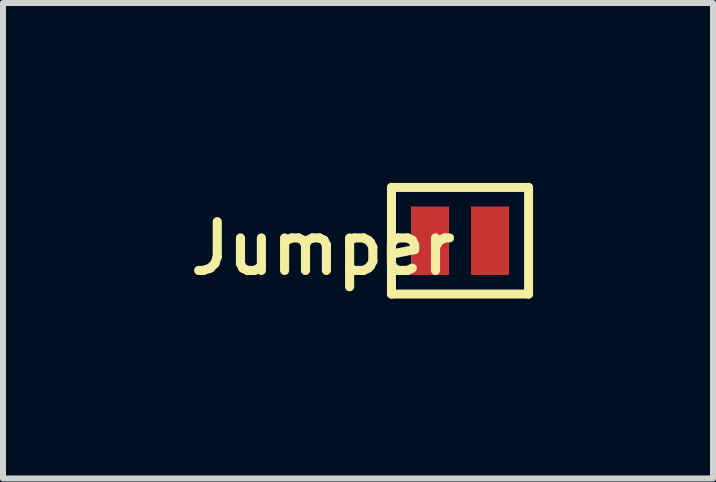
<source format=kicad_pcb>
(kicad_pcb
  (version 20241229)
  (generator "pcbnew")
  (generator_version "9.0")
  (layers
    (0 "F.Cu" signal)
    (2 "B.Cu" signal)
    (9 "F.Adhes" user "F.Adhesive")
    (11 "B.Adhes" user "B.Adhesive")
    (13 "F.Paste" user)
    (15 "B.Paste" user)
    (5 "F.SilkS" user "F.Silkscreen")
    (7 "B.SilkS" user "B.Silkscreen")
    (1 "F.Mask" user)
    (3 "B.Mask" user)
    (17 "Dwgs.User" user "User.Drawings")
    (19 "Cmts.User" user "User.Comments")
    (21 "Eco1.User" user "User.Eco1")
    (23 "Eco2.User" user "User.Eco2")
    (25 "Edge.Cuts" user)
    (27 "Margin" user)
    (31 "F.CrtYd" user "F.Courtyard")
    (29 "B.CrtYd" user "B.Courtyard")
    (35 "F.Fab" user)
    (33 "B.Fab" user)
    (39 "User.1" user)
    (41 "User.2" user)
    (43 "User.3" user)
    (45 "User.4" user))
  (footprint "Jumper"
    (layer "F.Cu")
    (at 4.62 0.964)
    (property "Reference" "Jumper" (at -2.286 0.127 0) (layer "F.SilkS") (effects (font (size 0.813 0.813) (thickness 0.152))))
    (attr smd)
    (fp_line (start -1.143 -0.889) (end 1.143 -0.889) (stroke (width 0.15) (type solid)) (layer "F.SilkS"))
    (fp_line (start -1.143 0.889) (end -1.143 -0.889) (stroke (width 0.15) (type solid)) (layer "F.SilkS"))
    (fp_line (start 1.143 -0.889) (end 1.143 0.889) (stroke (width 0.15) (type solid)) (layer "F.SilkS"))
    (fp_line (start 1.143 0.889) (end -1.143 0.889) (stroke (width 0.15) (type solid)) (layer "F.SilkS"))
    (pad "1" smd rect (at -0.5 0) (size 0.635 1.143) (layers "F.Cu" "F.Mask" "F.Paste"))
    (pad "2" smd rect (at 0.5 0) (size 0.635 1.143) (layers "F.Cu" "F.Mask" "F.Paste")))
  (gr_rect
    (start -3 -3)
    (end 8.838 4.928)
    (stroke (width 0.1) (type default))
    (fill no)
    (layer "Edge.Cuts")))
</source>
